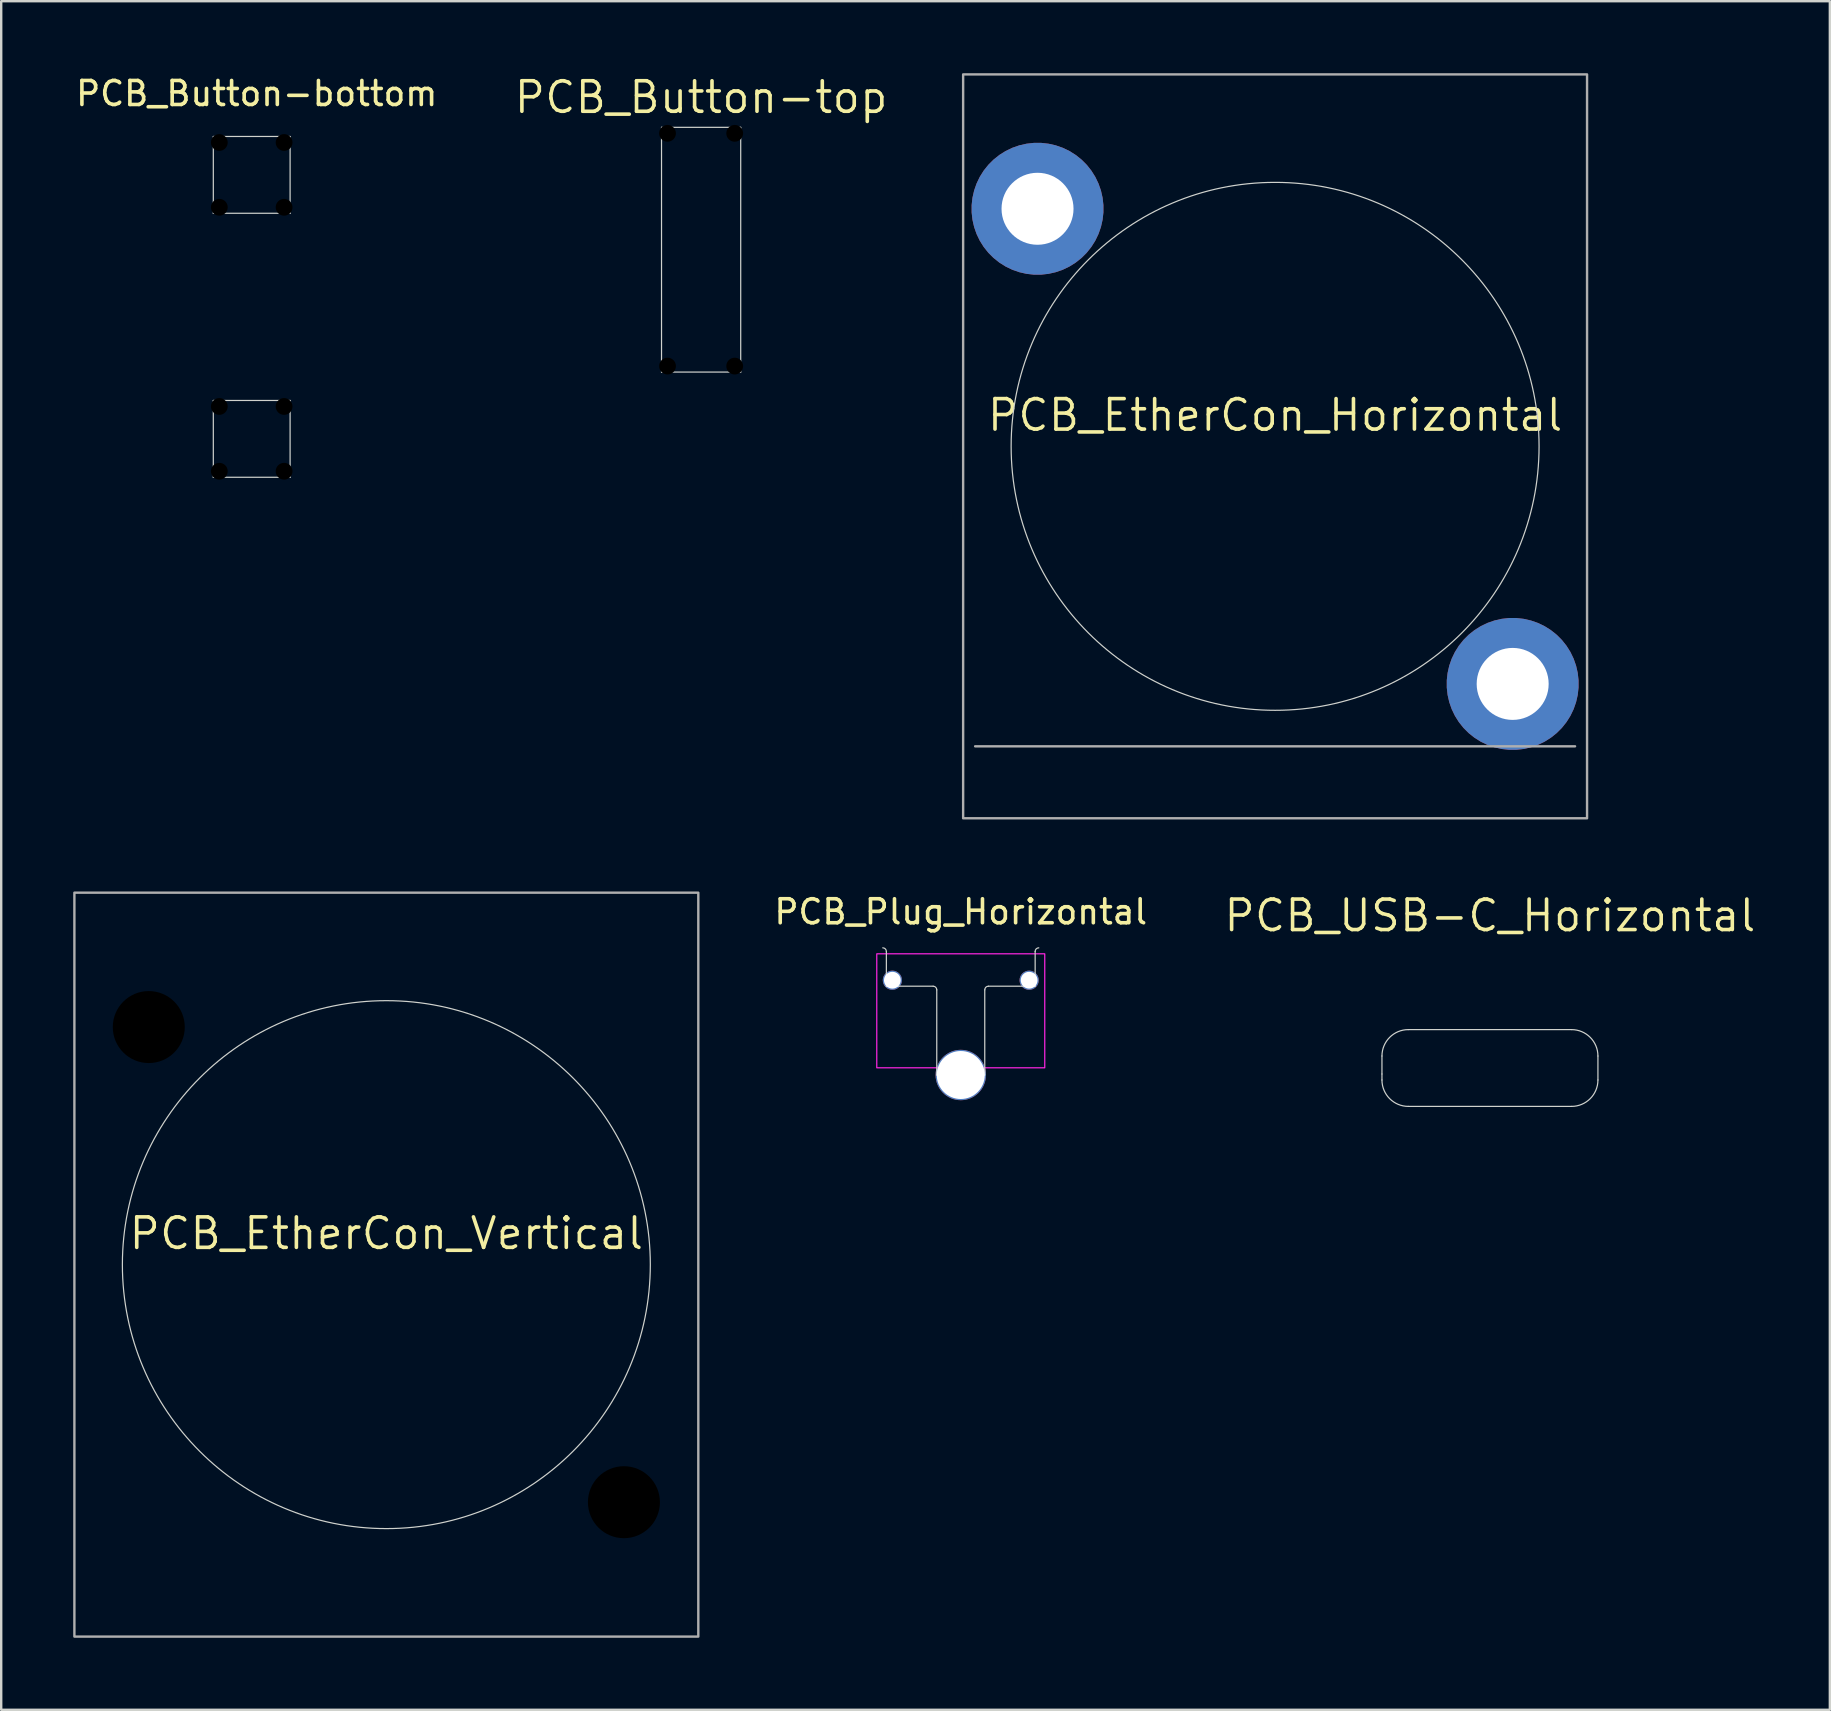
<source format=kicad_pcb>
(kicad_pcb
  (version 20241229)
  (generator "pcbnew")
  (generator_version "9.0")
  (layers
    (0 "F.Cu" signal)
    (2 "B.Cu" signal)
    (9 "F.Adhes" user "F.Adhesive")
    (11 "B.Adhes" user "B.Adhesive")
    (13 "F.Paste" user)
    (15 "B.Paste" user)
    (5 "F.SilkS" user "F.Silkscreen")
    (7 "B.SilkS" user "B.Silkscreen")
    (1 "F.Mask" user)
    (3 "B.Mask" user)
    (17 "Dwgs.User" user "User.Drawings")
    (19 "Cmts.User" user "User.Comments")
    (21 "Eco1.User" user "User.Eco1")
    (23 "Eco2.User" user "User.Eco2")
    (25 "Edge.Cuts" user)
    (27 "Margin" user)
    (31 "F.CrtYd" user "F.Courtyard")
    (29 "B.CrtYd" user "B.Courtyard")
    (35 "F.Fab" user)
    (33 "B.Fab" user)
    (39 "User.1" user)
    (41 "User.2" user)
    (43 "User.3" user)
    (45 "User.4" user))
  (footprint "PCB_Button-top"
    (layer "F.Cu")
    (at 26.167 7.356)
    (property "Reference" "PCB_Button-top" (at 0 -6.35 0) (layer "F.SilkS") (effects (font (size 1.27 1.27) (thickness 0.15))))
    (attr exclude_from_pos_files exclude_from_bom allow_missing_courtyard)
    (fp_line (start -1.65 -5.1) (end 1.65 -5.1) (stroke (width 0.05) (type solid)) (layer "Edge.Cuts"))
    (fp_line (start -1.65 5.1) (end -1.65 -5.1) (stroke (width 0.05) (type solid)) (layer "Edge.Cuts"))
    (fp_line (start 1.65 -5.1) (end 1.65 5.1) (stroke (width 0.05) (type solid)) (layer "Edge.Cuts"))
    (fp_line (start 1.65 5.1) (end -1.65 5.1) (stroke (width 0.05) (type solid)) (layer "Edge.Cuts"))
    (pad "" np_thru_hole circle (at -1.4 -4.85) (size 0.7 0.7) (drill 0.7) (layers "*.Mask"))
    (pad "" np_thru_hole circle (at -1.4 4.85) (size 0.7 0.7) (drill 0.7) (layers "*.Mask"))
    (pad "" np_thru_hole circle (at 1.4 -4.85) (size 0.7 0.7) (drill 0.7) (layers "*.Mask"))
    (pad "" np_thru_hole circle (at 1.4 4.85) (size 0.7 0.7) (drill 0.7) (layers "*.Mask")))
  (footprint "PCB_Button-bottom"
    (layer "F.Cu")
    (at 7.439 9.738)
    (property "Reference" "PCB_Button-bottom" (at 0.21 -8.89 0) (layer "F.SilkS") (effects (font (size 1 1) (thickness 0.15))))
    (attr exclude_from_pos_files exclude_from_bom allow_missing_courtyard)
    (fp_line (start -1.6 -7.1) (end -1.6 -3.9) (stroke (width 0.05) (type solid)) (layer "Edge.Cuts"))
    (fp_line (start -1.6 -3.9) (end 1.6 -3.9) (stroke (width 0.05) (type solid)) (layer "Edge.Cuts"))
    (fp_line (start -1.6 3.9) (end -1.6 7.1) (stroke (width 0.05) (type solid)) (layer "Edge.Cuts"))
    (fp_line (start -1.6 7.1) (end 1.6 7.1) (stroke (width 0.05) (type solid)) (layer "Edge.Cuts"))
    (fp_line (start 1.6 -7.1) (end -1.6 -7.1) (stroke (width 0.05) (type solid)) (layer "Edge.Cuts"))
    (fp_line (start 1.6 -3.9) (end 1.6 -7.1) (stroke (width 0.05) (type solid)) (layer "Edge.Cuts"))
    (fp_line (start 1.6 3.9) (end -1.6 3.9) (stroke (width 0.05) (type solid)) (layer "Edge.Cuts"))
    (fp_line (start 1.6 7.1) (end 1.6 3.9) (stroke (width 0.05) (type solid)) (layer "Edge.Cuts"))
    (pad "" np_thru_hole circle (at -1.35 -6.85) (size 0.7 0.7) (drill 0.7) (layers "*.Mask"))
    (pad "" np_thru_hole circle (at -1.35 -4.15) (size 0.7 0.7) (drill 0.7) (layers "*.Mask"))
    (pad "" np_thru_hole circle (at -1.35 4.15) (size 0.7 0.7) (drill 0.7) (layers "*.Mask"))
    (pad "" np_thru_hole circle (at -1.35 6.85) (size 0.7 0.7) (drill 0.7) (layers "*.Mask"))
    (pad "" np_thru_hole circle (at 1.35 -6.85) (size 0.7 0.7) (drill 0.7) (layers "*.Mask"))
    (pad "" np_thru_hole circle (at 1.35 -4.15) (size 0.7 0.7) (drill 0.7) (layers "*.Mask"))
    (pad "" np_thru_hole circle (at 1.35 4.15) (size 0.7 0.7) (drill 0.7) (layers "*.Mask"))
    (pad "" np_thru_hole circle (at 1.35 6.85) (size 0.7 0.7) (drill 0.7) (layers "*.Mask")))
  (footprint "PCB_USB-C_Horizontal"
    (layer "F.Cu")
    (at 59.039 43.056)
    (property "Reference" "PCB_USB-C_Horizontal" (at 0 -7.95 0) (layer "F.SilkS") (effects (font (size 1.27 1.27) (thickness 0.15))))
    (attr exclude_from_pos_files exclude_from_bom allow_missing_courtyard)
    (fp_line (start -4.5 -2.1) (end -4.5 -1.1) (stroke (width 0.05) (type default)) (layer "Edge.Cuts"))
    (fp_line (start -4.5 -1.35) (end -4.5 -1.35) (stroke (width 0.05) (type default)) (layer "Edge.Cuts"))
    (fp_line (start -3.4 -3.2) (end 3.4 -3.2) (stroke (width 0.05) (type default)) (layer "Edge.Cuts"))
    (fp_line (start -3.4 0) (end 3.4 0) (stroke (width 0.05) (type default)) (layer "Edge.Cuts"))
    (fp_line (start 4.5 -2.1) (end 4.5 -1.1) (stroke (width 0.05) (type default)) (layer "Edge.Cuts"))
    (fp_arc (start -4.5 -2.1) (mid -4.177817 -2.877817) (end -3.4 -3.2) (stroke (width 0.05) (type default)) (layer "Edge.Cuts"))
    (fp_arc (start -3.4 0) (mid -4.177817 -0.322183) (end -4.5 -1.1) (stroke (width 0.05) (type default)) (layer "Edge.Cuts"))
    (fp_arc (start 3.4 -3.2) (mid 4.177817 -2.877817) (end 4.5 -2.1) (stroke (width 0.05) (type default)) (layer "Edge.Cuts"))
    (fp_arc (start 4.5 -1.1) (mid 4.177817 -0.322183) (end 3.4 0) (stroke (width 0.05) (type default)) (layer "Edge.Cuts")))
  (footprint "PCB_EtherCon_Vertical"
    (layer "F.Cu")
    (at 12.8 49.65)
    (property "Reference" "PCB_EtherCon_Vertical" (at 0.25 -1.3 0) (layer "F.SilkS") (effects (font (size 1.27 1.27) (thickness 0.15))))
    (attr exclude_from_pos_files exclude_from_bom allow_missing_courtyard)
    (fp_circle (center 0.25 0) (end 11.25 0) (stroke (width 0.05) (type default)) (fill no) (layer "Edge.Cuts"))
    (fp_circle (center -9.65 -9.9) (end -6.95 -9.9) (stroke (width 0.1) (type solid)) (fill no) (layer "Margin"))
    (fp_circle (center 10.15 9.9) (end 12.85 9.9) (stroke (width 0.1) (type solid)) (fill no) (layer "Margin"))
    (fp_rect (start -12.75 15.5) (end 13.25 -15.5) (stroke (width 0.1) (type default)) (fill no) (layer "F.Fab"))
    (pad "" np_thru_hole circle (at -9.65 -9.9) (size 3 3) (drill 3) (layers "*.Mask"))
    (pad "" np_thru_hole circle (at 10.15 9.9) (size 3 3) (drill 3) (layers "*.Mask")))
  (footprint "PCB_EtherCon_Horizontal"
    (layer "F.Cu")
    (at 50.086 28.05)
    (property "Reference" "PCB_EtherCon_Horizontal" (at 0 -13.8 0) (layer "F.SilkS") (effects (font (size 1.27 1.27) (thickness 0.15))))
    (attr exclude_from_pos_files exclude_from_bom allow_missing_courtyard)
    (fp_circle (center 0 -12.5) (end 11 -12.5) (stroke (width 0.05) (type default)) (fill no) (layer "Edge.Cuts"))
    (fp_line (start -12.5 0) (end 12.5 0) (stroke (width 0.1) (type default)) (layer "F.Fab"))
    (fp_rect (start -13 3) (end 13 -28) (stroke (width 0.1) (type default)) (fill no) (layer "F.Fab"))
    (pad "1" thru_hole custom (at -9.9 -22.4) (size 5.5 5.5) (drill 3) (layers "*.Cu" "*.Mask") (remove_unused_layers yes) (keep_end_layers yes) (zone_layer_connections) (options (anchor circle)) (primitives (gr_bbox (start -0.75 -0.75) (end 0.75 0.75) (fill no))))
    (pad "2" thru_hole custom (at 9.9 -2.6) (size 5.5 5.5) (drill 3) (layers "*.Cu" "*.Mask") (remove_unused_layers yes) (keep_end_layers yes) (zone_layer_connections) (options (anchor circle)) (primitives (gr_bbox (start -0.75 -0.75) (end 0.75 0.75) (fill no)))))
  (footprint "PCB_Plug_Horizontal"
    (layer "F.Cu")
    (at 36.987 45.448)
    (property "Reference" "PCB_Plug_Horizontal" (at 0 -10.5 0) (unlocked yes) (layer "F.SilkS") (effects (font (size 1 1) (thickness 0.15))))
    (attr exclude_from_bom)
    (fp_line (start -3.1 -8.85) (end -3.1 -7.4) (stroke (width 0.05) (type solid)) (layer "Edge.Cuts"))
    (fp_line (start -3.1 -7.4) (end -1.15 -7.4) (stroke (width 0.05) (type solid)) (layer "Edge.Cuts"))
    (fp_line (start -1 -7.25) (end -1 -3.7) (stroke (width 0.05) (type solid)) (layer "Edge.Cuts"))
    (fp_line (start -1 -3.7) (end 1 -3.7) (stroke (width 0.05) (type solid)) (layer "Edge.Cuts"))
    (fp_line (start 1 -3.7) (end 1 -7.25) (stroke (width 0.05) (type solid)) (layer "Edge.Cuts"))
    (fp_line (start 1.15 -7.4) (end 3.1 -7.4) (stroke (width 0.05) (type solid)) (layer "Edge.Cuts"))
    (fp_line (start 3.1 -7.4) (end 3.1 -8.85) (stroke (width 0.05) (type solid)) (layer "Edge.Cuts"))
    (fp_arc (start -3.25 -9) (mid -3.143934 -8.956066) (end -3.1 -8.85) (stroke (width 0.05) (type solid)) (layer "Edge.Cuts"))
    (fp_arc (start -1.15 -7.4) (mid -1.043934 -7.356066) (end -1 -7.25) (stroke (width 0.05) (type solid)) (layer "Edge.Cuts"))
    (fp_arc (start 1 -7.25) (mid 1.043934 -7.356066) (end 1.15 -7.4) (stroke (width 0.05) (type solid)) (layer "Edge.Cuts"))
    (fp_arc (start 3.1 -8.85) (mid 3.143934 -8.956066) (end 3.25 -9) (stroke (width 0.05) (type solid)) (layer "Edge.Cuts"))
    (fp_rect (start 3.5 -8.75) (end -3.5 -4) (stroke (width 0.05) (type solid)) (fill no) (layer "F.CrtYd"))
    (pad "" np_thru_hole circle (at -2.85 -7.65) (size 0.8 0.8) (drill 0.7) (layers "*.Cu"))
    (pad "" np_thru_hole circle (at 0 -3.7) (size 2.1 2.1) (drill 2) (layers "*.Cu"))
    (pad "" np_thru_hole circle (at 2.85 -7.65) (size 0.8 0.8) (drill 0.7) (layers "*.Cu")))
  (gr_rect
    (start -3 -3)
    (end 73.204 68.2)
    (stroke (width 0.1) (type default))
    (fill no)
    (layer "Edge.Cuts")))
</source>
